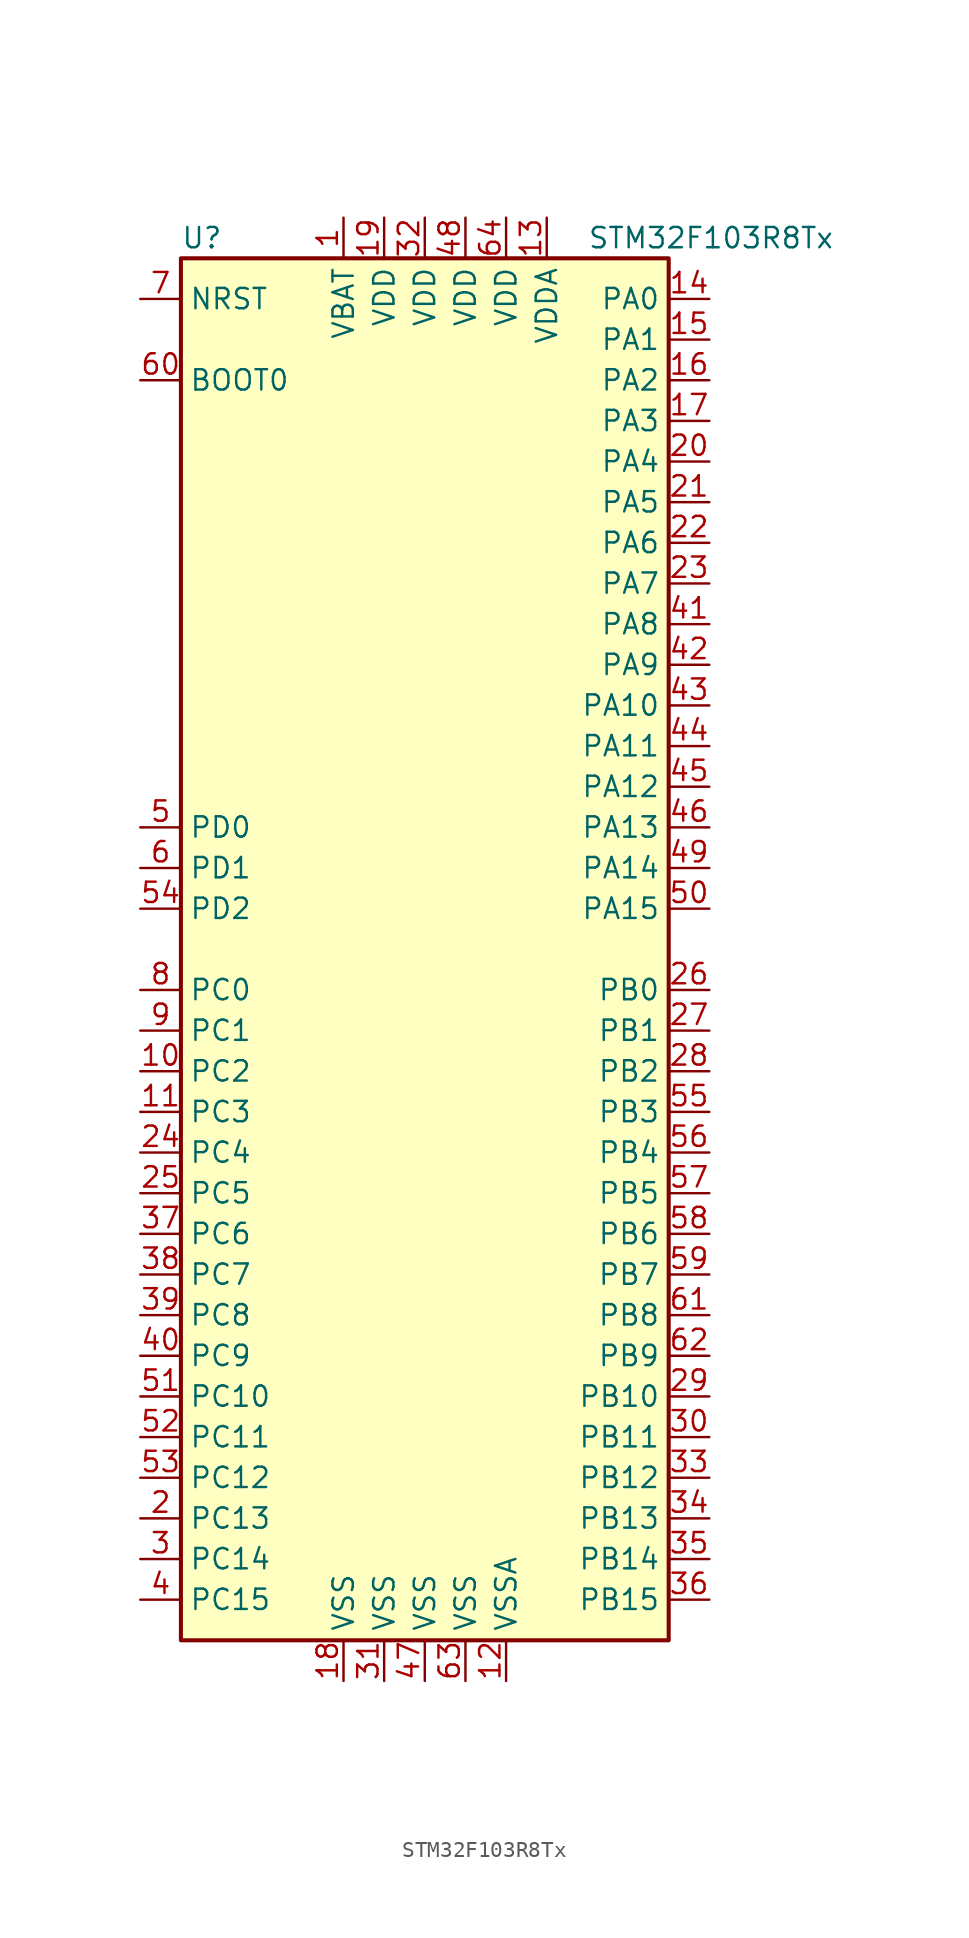
<source format=kicad_sym>
(kicad_symbol_lib
  (version 20201005)
  (generator kicad_symbol_editor)
  (symbol "STM32F103R8Tx"
    (property "Reference" "U"
      (at -15.24 44.45 0)
      (effects (font (size 1.27 1.27)) (justify left)))
    (property "Value" "STM32F103R8Tx"
      (at 10.16 44.45 0)
      (effects (font (size 1.27 1.27)) (justify left)))
    (symbol "STM32F103R8Tx_0_1"
      (rectangle (start -15.24 -43.18) (end 15.24 43.18) (stroke (width 0.254)) (fill (type background))))
    (symbol "STM32F103R8Tx_1_1"
      (pin power_in line (at -5.08 45.72 270) (length 2.54) (name "VBAT" (effects (font (size 1.27 1.27)))) (number "1" (effects (font (size 1.27 1.27)))))
      (pin bidirectional line (at -17.78 -7.62 0) (length 2.54) (name "PC2" (effects (font (size 1.27 1.27)))) (number "10" (effects (font (size 1.27 1.27)))))
      (pin bidirectional line (at -17.78 -10.16 0) (length 2.54) (name "PC3" (effects (font (size 1.27 1.27)))) (number "11" (effects (font (size 1.27 1.27)))))
      (pin power_in line (at 5.08 -45.72 90) (length 2.54) (name "VSSA" (effects (font (size 1.27 1.27)))) (number "12" (effects (font (size 1.27 1.27)))))
      (pin power_in line (at 7.62 45.72 270) (length 2.54) (name "VDDA" (effects (font (size 1.27 1.27)))) (number "13" (effects (font (size 1.27 1.27)))))
      (pin bidirectional line (at 17.78 40.64 180) (length 2.54) (name "PA0" (effects (font (size 1.27 1.27)))) (number "14" (effects (font (size 1.27 1.27)))))
      (pin bidirectional line (at 17.78 38.1 180) (length 2.54) (name "PA1" (effects (font (size 1.27 1.27)))) (number "15" (effects (font (size 1.27 1.27)))))
      (pin bidirectional line (at 17.78 35.56 180) (length 2.54) (name "PA2" (effects (font (size 1.27 1.27)))) (number "16" (effects (font (size 1.27 1.27)))))
      (pin bidirectional line (at 17.78 33.02 180) (length 2.54) (name "PA3" (effects (font (size 1.27 1.27)))) (number "17" (effects (font (size 1.27 1.27)))))
      (pin power_in line (at -5.08 -45.72 90) (length 2.54) (name "VSS" (effects (font (size 1.27 1.27)))) (number "18" (effects (font (size 1.27 1.27)))))
      (pin power_in line (at -2.54 45.72 270) (length 2.54) (name "VDD" (effects (font (size 1.27 1.27)))) (number "19" (effects (font (size 1.27 1.27)))))
      (pin bidirectional line (at -17.78 -35.56 0) (length 2.54) (name "PC13" (effects (font (size 1.27 1.27)))) (number "2" (effects (font (size 1.27 1.27)))))
      (pin bidirectional line (at 17.78 30.48 180) (length 2.54) (name "PA4" (effects (font (size 1.27 1.27)))) (number "20" (effects (font (size 1.27 1.27)))))
      (pin bidirectional line (at 17.78 27.94 180) (length 2.54) (name "PA5" (effects (font (size 1.27 1.27)))) (number "21" (effects (font (size 1.27 1.27)))))
      (pin bidirectional line (at 17.78 25.4 180) (length 2.54) (name "PA6" (effects (font (size 1.27 1.27)))) (number "22" (effects (font (size 1.27 1.27)))))
      (pin bidirectional line (at 17.78 22.86 180) (length 2.54) (name "PA7" (effects (font (size 1.27 1.27)))) (number "23" (effects (font (size 1.27 1.27)))))
      (pin bidirectional line (at -17.78 -12.7 0) (length 2.54) (name "PC4" (effects (font (size 1.27 1.27)))) (number "24" (effects (font (size 1.27 1.27)))))
      (pin bidirectional line (at -17.78 -15.24 0) (length 2.54) (name "PC5" (effects (font (size 1.27 1.27)))) (number "25" (effects (font (size 1.27 1.27)))))
      (pin bidirectional line (at 17.78 -2.54 180) (length 2.54) (name "PB0" (effects (font (size 1.27 1.27)))) (number "26" (effects (font (size 1.27 1.27)))))
      (pin bidirectional line (at 17.78 -5.08 180) (length 2.54) (name "PB1" (effects (font (size 1.27 1.27)))) (number "27" (effects (font (size 1.27 1.27)))))
      (pin bidirectional line (at 17.78 -7.62 180) (length 2.54) (name "PB2" (effects (font (size 1.27 1.27)))) (number "28" (effects (font (size 1.27 1.27)))))
      (pin bidirectional line (at 17.78 -27.94 180) (length 2.54) (name "PB10" (effects (font (size 1.27 1.27)))) (number "29" (effects (font (size 1.27 1.27)))))
      (pin bidirectional line (at -17.78 -38.1 0) (length 2.54) (name "PC14" (effects (font (size 1.27 1.27)))) (number "3" (effects (font (size 1.27 1.27)))))
      (pin bidirectional line (at 17.78 -30.48 180) (length 2.54) (name "PB11" (effects (font (size 1.27 1.27)))) (number "30" (effects (font (size 1.27 1.27)))))
      (pin power_in line (at -2.54 -45.72 90) (length 2.54) (name "VSS" (effects (font (size 1.27 1.27)))) (number "31" (effects (font (size 1.27 1.27)))))
      (pin power_in line (at 0 45.72 270) (length 2.54) (name "VDD" (effects (font (size 1.27 1.27)))) (number "32" (effects (font (size 1.27 1.27)))))
      (pin bidirectional line (at 17.78 -33.02 180) (length 2.54) (name "PB12" (effects (font (size 1.27 1.27)))) (number "33" (effects (font (size 1.27 1.27)))))
      (pin bidirectional line (at 17.78 -35.56 180) (length 2.54) (name "PB13" (effects (font (size 1.27 1.27)))) (number "34" (effects (font (size 1.27 1.27)))))
      (pin bidirectional line (at 17.78 -38.1 180) (length 2.54) (name "PB14" (effects (font (size 1.27 1.27)))) (number "35" (effects (font (size 1.27 1.27)))))
      (pin bidirectional line (at 17.78 -40.64 180) (length 2.54) (name "PB15" (effects (font (size 1.27 1.27)))) (number "36" (effects (font (size 1.27 1.27)))))
      (pin bidirectional line (at -17.78 -17.78 0) (length 2.54) (name "PC6" (effects (font (size 1.27 1.27)))) (number "37" (effects (font (size 1.27 1.27)))))
      (pin bidirectional line (at -17.78 -20.32 0) (length 2.54) (name "PC7" (effects (font (size 1.27 1.27)))) (number "38" (effects (font (size 1.27 1.27)))))
      (pin bidirectional line (at -17.78 -22.86 0) (length 2.54) (name "PC8" (effects (font (size 1.27 1.27)))) (number "39" (effects (font (size 1.27 1.27)))))
      (pin bidirectional line (at -17.78 -40.64 0) (length 2.54) (name "PC15" (effects (font (size 1.27 1.27)))) (number "4" (effects (font (size 1.27 1.27)))))
      (pin bidirectional line (at -17.78 -25.4 0) (length 2.54) (name "PC9" (effects (font (size 1.27 1.27)))) (number "40" (effects (font (size 1.27 1.27)))))
      (pin bidirectional line (at 17.78 20.32 180) (length 2.54) (name "PA8" (effects (font (size 1.27 1.27)))) (number "41" (effects (font (size 1.27 1.27)))))
      (pin bidirectional line (at 17.78 17.78 180) (length 2.54) (name "PA9" (effects (font (size 1.27 1.27)))) (number "42" (effects (font (size 1.27 1.27)))))
      (pin bidirectional line (at 17.78 15.24 180) (length 2.54) (name "PA10" (effects (font (size 1.27 1.27)))) (number "43" (effects (font (size 1.27 1.27)))))
      (pin bidirectional line (at 17.78 12.7 180) (length 2.54) (name "PA11" (effects (font (size 1.27 1.27)))) (number "44" (effects (font (size 1.27 1.27)))))
      (pin bidirectional line (at 17.78 10.16 180) (length 2.54) (name "PA12" (effects (font (size 1.27 1.27)))) (number "45" (effects (font (size 1.27 1.27)))))
      (pin bidirectional line (at 17.78 7.62 180) (length 2.54) (name "PA13" (effects (font (size 1.27 1.27)))) (number "46" (effects (font (size 1.27 1.27)))))
      (pin power_in line (at 0 -45.72 90) (length 2.54) (name "VSS" (effects (font (size 1.27 1.27)))) (number "47" (effects (font (size 1.27 1.27)))))
      (pin power_in line (at 2.54 45.72 270) (length 2.54) (name "VDD" (effects (font (size 1.27 1.27)))) (number "48" (effects (font (size 1.27 1.27)))))
      (pin bidirectional line (at 17.78 5.08 180) (length 2.54) (name "PA14" (effects (font (size 1.27 1.27)))) (number "49" (effects (font (size 1.27 1.27)))))
      (pin input line (at -17.78 7.62 0) (length 2.54) (name "PD0" (effects (font (size 1.27 1.27)))) (number "5" (effects (font (size 1.27 1.27)))))
      (pin bidirectional line (at 17.78 2.54 180) (length 2.54) (name "PA15" (effects (font (size 1.27 1.27)))) (number "50" (effects (font (size 1.27 1.27)))))
      (pin bidirectional line (at -17.78 -27.94 0) (length 2.54) (name "PC10" (effects (font (size 1.27 1.27)))) (number "51" (effects (font (size 1.27 1.27)))))
      (pin bidirectional line (at -17.78 -30.48 0) (length 2.54) (name "PC11" (effects (font (size 1.27 1.27)))) (number "52" (effects (font (size 1.27 1.27)))))
      (pin bidirectional line (at -17.78 -33.02 0) (length 2.54) (name "PC12" (effects (font (size 1.27 1.27)))) (number "53" (effects (font (size 1.27 1.27)))))
      (pin bidirectional line (at -17.78 2.54 0) (length 2.54) (name "PD2" (effects (font (size 1.27 1.27)))) (number "54" (effects (font (size 1.27 1.27)))))
      (pin bidirectional line (at 17.78 -10.16 180) (length 2.54) (name "PB3" (effects (font (size 1.27 1.27)))) (number "55" (effects (font (size 1.27 1.27)))))
      (pin bidirectional line (at 17.78 -12.7 180) (length 2.54) (name "PB4" (effects (font (size 1.27 1.27)))) (number "56" (effects (font (size 1.27 1.27)))))
      (pin bidirectional line (at 17.78 -15.24 180) (length 2.54) (name "PB5" (effects (font (size 1.27 1.27)))) (number "57" (effects (font (size 1.27 1.27)))))
      (pin bidirectional line (at 17.78 -17.78 180) (length 2.54) (name "PB6" (effects (font (size 1.27 1.27)))) (number "58" (effects (font (size 1.27 1.27)))))
      (pin bidirectional line (at 17.78 -20.32 180) (length 2.54) (name "PB7" (effects (font (size 1.27 1.27)))) (number "59" (effects (font (size 1.27 1.27)))))
      (pin input line (at -17.78 5.08 0) (length 2.54) (name "PD1" (effects (font (size 1.27 1.27)))) (number "6" (effects (font (size 1.27 1.27)))))
      (pin input line (at -17.78 35.56 0) (length 2.54) (name "BOOT0" (effects (font (size 1.27 1.27)))) (number "60" (effects (font (size 1.27 1.27)))))
      (pin bidirectional line (at 17.78 -22.86 180) (length 2.54) (name "PB8" (effects (font (size 1.27 1.27)))) (number "61" (effects (font (size 1.27 1.27)))))
      (pin bidirectional line (at 17.78 -25.4 180) (length 2.54) (name "PB9" (effects (font (size 1.27 1.27)))) (number "62" (effects (font (size 1.27 1.27)))))
      (pin power_in line (at 2.54 -45.72 90) (length 2.54) (name "VSS" (effects (font (size 1.27 1.27)))) (number "63" (effects (font (size 1.27 1.27)))))
      (pin power_in line (at 5.08 45.72 270) (length 2.54) (name "VDD" (effects (font (size 1.27 1.27)))) (number "64" (effects (font (size 1.27 1.27)))))
      (pin input line (at -17.78 40.64 0) (length 2.54) (name "NRST" (effects (font (size 1.27 1.27)))) (number "7" (effects (font (size 1.27 1.27)))))
      (pin bidirectional line (at -17.78 -2.54 0) (length 2.54) (name "PC0" (effects (font (size 1.27 1.27)))) (number "8" (effects (font (size 1.27 1.27)))))
      (pin bidirectional line (at -17.78 -5.08 0) (length 2.54) (name "PC1" (effects (font (size 1.27 1.27)))) (number "9" (effects (font (size 1.27 1.27))))))))
</source>
